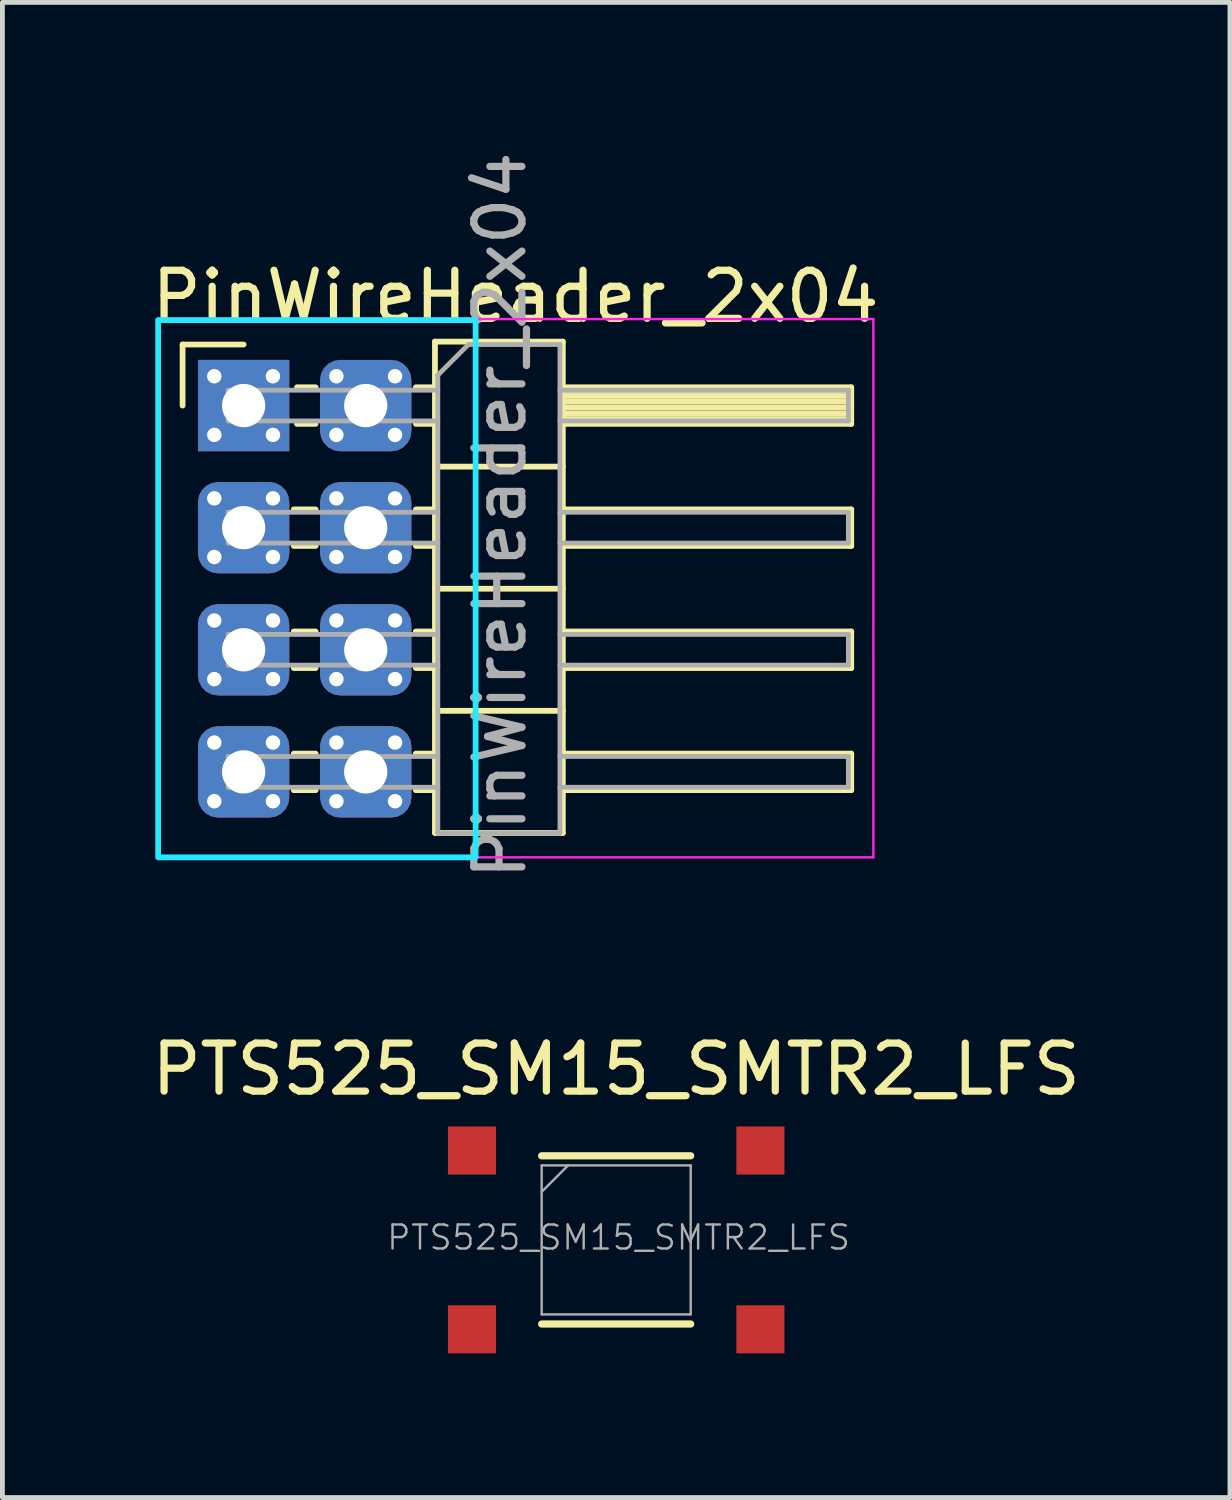
<source format=kicad_pcb>
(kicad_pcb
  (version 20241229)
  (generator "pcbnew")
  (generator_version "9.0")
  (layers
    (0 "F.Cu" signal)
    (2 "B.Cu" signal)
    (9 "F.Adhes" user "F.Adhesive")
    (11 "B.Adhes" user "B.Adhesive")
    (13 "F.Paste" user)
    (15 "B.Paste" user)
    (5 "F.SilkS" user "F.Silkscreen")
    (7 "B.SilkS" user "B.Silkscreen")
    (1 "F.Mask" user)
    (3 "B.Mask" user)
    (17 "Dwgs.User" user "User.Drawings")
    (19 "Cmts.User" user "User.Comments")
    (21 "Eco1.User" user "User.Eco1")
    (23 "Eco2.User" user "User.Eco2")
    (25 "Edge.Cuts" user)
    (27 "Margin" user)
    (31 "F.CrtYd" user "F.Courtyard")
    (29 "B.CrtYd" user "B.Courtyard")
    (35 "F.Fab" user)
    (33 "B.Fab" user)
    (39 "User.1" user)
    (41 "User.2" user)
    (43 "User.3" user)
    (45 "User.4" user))
  (footprint "PinWireHeader_2x04"
    (layer "F.Cu")
    (at 2.018 5.387)
    (property "Reference" "PinWireHeader_2x04" (at 5.655 -2.27 180) (layer "F.SilkS") (effects (font (size 1 1) (thickness 0.15))))
    (attr through_hole)
    (fp_circle (center 0 0) (end 0.457 0) (stroke (width 0.15) (type solid)) (fill yes) (layer "F.Mask"))
    (fp_circle (center 0 2.54) (end 0.457 2.54) (stroke (width 0.15) (type solid)) (fill yes) (layer "F.Mask"))
    (fp_circle (center 0 5.08) (end 0.457 5.08) (stroke (width 0.15) (type solid)) (fill yes) (layer "F.Mask"))
    (fp_circle (center 0 7.62) (end 0.457 7.62) (stroke (width 0.15) (type solid)) (fill yes) (layer "F.Mask"))
    (fp_circle (center 2.54 0) (end 2.997 0) (stroke (width 0.15) (type solid)) (fill yes) (layer "F.Mask"))
    (fp_circle (center 2.54 2.54) (end 2.997 2.54) (stroke (width 0.15) (type solid)) (fill yes) (layer "F.Mask"))
    (fp_circle (center 2.54 5.08) (end 2.997 5.08) (stroke (width 0.15) (type solid)) (fill yes) (layer "F.Mask"))
    (fp_circle (center 2.54 7.62) (end 2.997 7.62) (stroke (width 0.15) (type solid)) (fill yes) (layer "F.Mask"))
    (fp_line (start -1.27 -1.27) (end 0 -1.27) (stroke (width 0.12) (type solid)) (layer "F.SilkS"))
    (fp_line (start -1.27 0) (end -1.27 -1.27) (stroke (width 0.12) (type solid)) (layer "F.SilkS"))
    (fp_line (start 1.043 2.16) (end 1.497 2.16) (stroke (width 0.12) (type solid)) (layer "F.SilkS"))
    (fp_line (start 1.043 2.92) (end 1.497 2.92) (stroke (width 0.12) (type solid)) (layer "F.SilkS"))
    (fp_line (start 1.043 4.7) (end 1.497 4.7) (stroke (width 0.12) (type solid)) (layer "F.SilkS"))
    (fp_line (start 1.043 5.46) (end 1.497 5.46) (stroke (width 0.12) (type solid)) (layer "F.SilkS"))
    (fp_line (start 1.043 7.24) (end 1.497 7.24) (stroke (width 0.12) (type solid)) (layer "F.SilkS"))
    (fp_line (start 1.043 8) (end 1.497 8) (stroke (width 0.12) (type solid)) (layer "F.SilkS"))
    (fp_line (start 1.11 -0.38) (end 1.497 -0.38) (stroke (width 0.12) (type solid)) (layer "F.SilkS"))
    (fp_line (start 1.11 0.38) (end 1.497 0.38) (stroke (width 0.12) (type solid)) (layer "F.SilkS"))
    (fp_line (start 3.583 -0.38) (end 3.98 -0.38) (stroke (width 0.12) (type solid)) (layer "F.SilkS"))
    (fp_line (start 3.583 0.38) (end 3.98 0.38) (stroke (width 0.12) (type solid)) (layer "F.SilkS"))
    (fp_line (start 3.583 2.16) (end 3.98 2.16) (stroke (width 0.12) (type solid)) (layer "F.SilkS"))
    (fp_line (start 3.583 2.92) (end 3.98 2.92) (stroke (width 0.12) (type solid)) (layer "F.SilkS"))
    (fp_line (start 3.583 4.7) (end 3.98 4.7) (stroke (width 0.12) (type solid)) (layer "F.SilkS"))
    (fp_line (start 3.583 5.46) (end 3.98 5.46) (stroke (width 0.12) (type solid)) (layer "F.SilkS"))
    (fp_line (start 3.583 7.24) (end 3.98 7.24) (stroke (width 0.12) (type solid)) (layer "F.SilkS"))
    (fp_line (start 3.583 8) (end 3.98 8) (stroke (width 0.12) (type solid)) (layer "F.SilkS"))
    (fp_line (start 3.98 -1.33) (end 3.98 8.89) (stroke (width 0.12) (type solid)) (layer "F.SilkS"))
    (fp_line (start 3.98 1.27) (end 6.64 1.27) (stroke (width 0.12) (type solid)) (layer "F.SilkS"))
    (fp_line (start 3.98 3.81) (end 6.64 3.81) (stroke (width 0.12) (type solid)) (layer "F.SilkS"))
    (fp_line (start 3.98 6.35) (end 6.64 6.35) (stroke (width 0.12) (type solid)) (layer "F.SilkS"))
    (fp_line (start 3.98 8.89) (end 6.64 8.89) (stroke (width 0.12) (type solid)) (layer "F.SilkS"))
    (fp_line (start 6.64 -1.33) (end 3.98 -1.33) (stroke (width 0.12) (type solid)) (layer "F.SilkS"))
    (fp_line (start 6.64 -0.38) (end 12.64 -0.38) (stroke (width 0.12) (type solid)) (layer "F.SilkS"))
    (fp_line (start 6.64 -0.32) (end 12.64 -0.32) (stroke (width 0.12) (type solid)) (layer "F.SilkS"))
    (fp_line (start 6.64 -0.2) (end 12.64 -0.2) (stroke (width 0.12) (type solid)) (layer "F.SilkS"))
    (fp_line (start 6.64 -0.08) (end 12.64 -0.08) (stroke (width 0.12) (type solid)) (layer "F.SilkS"))
    (fp_line (start 6.64 0.04) (end 12.64 0.04) (stroke (width 0.12) (type solid)) (layer "F.SilkS"))
    (fp_line (start 6.64 0.16) (end 12.64 0.16) (stroke (width 0.12) (type solid)) (layer "F.SilkS"))
    (fp_line (start 6.64 0.28) (end 12.64 0.28) (stroke (width 0.12) (type solid)) (layer "F.SilkS"))
    (fp_line (start 6.64 2.16) (end 12.64 2.16) (stroke (width 0.12) (type solid)) (layer "F.SilkS"))
    (fp_line (start 6.64 4.7) (end 12.64 4.7) (stroke (width 0.12) (type solid)) (layer "F.SilkS"))
    (fp_line (start 6.64 7.24) (end 12.64 7.24) (stroke (width 0.12) (type solid)) (layer "F.SilkS"))
    (fp_line (start 6.64 8.89) (end 6.64 -1.33) (stroke (width 0.12) (type solid)) (layer "F.SilkS"))
    (fp_line (start 12.64 -0.38) (end 12.64 0.38) (stroke (width 0.12) (type solid)) (layer "F.SilkS"))
    (fp_line (start 12.64 0.38) (end 6.64 0.38) (stroke (width 0.12) (type solid)) (layer "F.SilkS"))
    (fp_line (start 12.64 2.16) (end 12.64 2.92) (stroke (width 0.12) (type solid)) (layer "F.SilkS"))
    (fp_line (start 12.64 2.92) (end 6.64 2.92) (stroke (width 0.12) (type solid)) (layer "F.SilkS"))
    (fp_line (start 12.64 4.7) (end 12.64 5.46) (stroke (width 0.12) (type solid)) (layer "F.SilkS"))
    (fp_line (start 12.64 5.46) (end 6.64 5.46) (stroke (width 0.12) (type solid)) (layer "F.SilkS"))
    (fp_line (start 12.64 7.24) (end 12.64 8) (stroke (width 0.12) (type solid)) (layer "F.SilkS"))
    (fp_line (start 12.64 8) (end 6.64 8) (stroke (width 0.12) (type solid)) (layer "F.SilkS"))
    (fp_rect (start -1.778 -1.778) (end 4.826 9.398) (stroke (width 0.12) (type solid)) (fill no) (layer "B.CrtYd"))
    (fp_line (start -1.8 -1.8) (end -1.8 9.398) (stroke (width 0.05) (type solid)) (layer "F.CrtYd"))
    (fp_line (start -1.8 9.398) (end 13.1 9.398) (stroke (width 0.05) (type solid)) (layer "F.CrtYd"))
    (fp_line (start 13.1 -1.8) (end -1.8 -1.8) (stroke (width 0.05) (type solid)) (layer "F.CrtYd"))
    (fp_line (start 13.1 9.398) (end 13.1 -1.8) (stroke (width 0.05) (type solid)) (layer "F.CrtYd"))
    (fp_line (start -0.32 -0.32) (end -0.32 0.32) (stroke (width 0.1) (type solid)) (layer "F.Fab"))
    (fp_line (start -0.32 -0.32) (end 4.04 -0.32) (stroke (width 0.1) (type solid)) (layer "F.Fab"))
    (fp_line (start -0.32 0.32) (end 4.04 0.32) (stroke (width 0.1) (type solid)) (layer "F.Fab"))
    (fp_line (start -0.32 2.22) (end -0.32 2.86) (stroke (width 0.1) (type solid)) (layer "F.Fab"))
    (fp_line (start -0.32 2.22) (end 4.04 2.22) (stroke (width 0.1) (type solid)) (layer "F.Fab"))
    (fp_line (start -0.32 2.86) (end 4.04 2.86) (stroke (width 0.1) (type solid)) (layer "F.Fab"))
    (fp_line (start -0.32 4.76) (end -0.32 5.4) (stroke (width 0.1) (type solid)) (layer "F.Fab"))
    (fp_line (start -0.32 4.76) (end 4.04 4.76) (stroke (width 0.1) (type solid)) (layer "F.Fab"))
    (fp_line (start -0.32 5.4) (end 4.04 5.4) (stroke (width 0.1) (type solid)) (layer "F.Fab"))
    (fp_line (start -0.32 7.3) (end -0.32 7.94) (stroke (width 0.1) (type solid)) (layer "F.Fab"))
    (fp_line (start -0.32 7.3) (end 4.04 7.3) (stroke (width 0.1) (type solid)) (layer "F.Fab"))
    (fp_line (start -0.32 7.94) (end 4.04 7.94) (stroke (width 0.1) (type solid)) (layer "F.Fab"))
    (fp_line (start 4.04 -0.635) (end 4.675 -1.27) (stroke (width 0.1) (type solid)) (layer "F.Fab"))
    (fp_line (start 4.04 8.89) (end 4.04 -0.635) (stroke (width 0.1) (type solid)) (layer "F.Fab"))
    (fp_line (start 4.675 -1.27) (end 6.58 -1.27) (stroke (width 0.1) (type solid)) (layer "F.Fab"))
    (fp_line (start 6.58 -1.27) (end 6.58 8.89) (stroke (width 0.1) (type solid)) (layer "F.Fab"))
    (fp_line (start 6.58 -0.32) (end 12.58 -0.32) (stroke (width 0.1) (type solid)) (layer "F.Fab"))
    (fp_line (start 6.58 0.32) (end 12.58 0.32) (stroke (width 0.1) (type solid)) (layer "F.Fab"))
    (fp_line (start 6.58 2.22) (end 12.58 2.22) (stroke (width 0.1) (type solid)) (layer "F.Fab"))
    (fp_line (start 6.58 2.86) (end 12.58 2.86) (stroke (width 0.1) (type solid)) (layer "F.Fab"))
    (fp_line (start 6.58 4.76) (end 12.58 4.76) (stroke (width 0.1) (type solid)) (layer "F.Fab"))
    (fp_line (start 6.58 5.4) (end 12.58 5.4) (stroke (width 0.1) (type solid)) (layer "F.Fab"))
    (fp_line (start 6.58 7.3) (end 12.58 7.3) (stroke (width 0.1) (type solid)) (layer "F.Fab"))
    (fp_line (start 6.58 7.94) (end 12.58 7.94) (stroke (width 0.1) (type solid)) (layer "F.Fab"))
    (fp_line (start 6.58 8.89) (end 4.04 8.89) (stroke (width 0.1) (type solid)) (layer "F.Fab"))
    (fp_line (start 12.58 -0.32) (end 12.58 0.32) (stroke (width 0.1) (type solid)) (layer "F.Fab"))
    (fp_line (start 12.58 2.22) (end 12.58 2.86) (stroke (width 0.1) (type solid)) (layer "F.Fab"))
    (fp_line (start 12.58 4.76) (end 12.58 5.4) (stroke (width 0.1) (type solid)) (layer "F.Fab"))
    (fp_line (start 12.58 7.3) (end 12.58 7.94) (stroke (width 0.1) (type solid)) (layer "F.Fab"))
    (fp_text user "${REFERENCE}" (at 5.334 2.286 270) (layer "F.Fab") (effects (font (size 1 1) (thickness 0.15))))
    (pad "1" thru_hole circle (at -0.61 -0.61) (size 0.35 0.35) (drill 0.3) (layers "*.Cu" "*.Mask"))
    (pad "1" thru_hole circle (at -0.61 0.61) (size 0.35 0.35) (drill 0.3) (layers "*.Cu" "*.Mask"))
    (pad "1" thru_hole rect (at 0 0) (size 1.9 1.9) (drill 0.9) (layers "*.Cu" "B.Mask"))
    (pad "1" thru_hole circle (at 0.61 -0.61) (size 0.35 0.35) (drill 0.3) (layers "*.Cu" "*.Mask"))
    (pad "1" thru_hole circle (at 0.61 0.61) (size 0.35 0.35) (drill 0.3) (layers "*.Cu" "*.Mask"))
    (pad "2" thru_hole circle (at 1.93 -0.61) (size 0.35 0.35) (drill 0.3) (layers "*.Cu" "*.Mask"))
    (pad "2" thru_hole circle (at 1.93 0.61) (size 0.35 0.35) (drill 0.3) (layers "*.Cu" "*.Mask"))
    (pad "2" thru_hole roundrect (at 2.54 0) (size 1.9 1.9) (drill 0.9) (layers "*.Cu" "B.Mask") (roundrect_rratio 0.22))
    (pad "2" thru_hole circle (at 3.15 -0.61) (size 0.35 0.35) (drill 0.3) (layers "*.Cu" "*.Mask"))
    (pad "2" thru_hole circle (at 3.15 0.61) (size 0.35 0.35) (drill 0.3) (layers "*.Cu" "*.Mask"))
    (pad "3" thru_hole circle (at -0.61 1.93) (size 0.35 0.35) (drill 0.3) (layers "*.Cu" "*.Mask"))
    (pad "3" thru_hole circle (at -0.61 3.15) (size 0.35 0.35) (drill 0.3) (layers "*.Cu" "*.Mask"))
    (pad "3" thru_hole roundrect (at 0 2.54) (size 1.9 1.9) (drill 0.9) (layers "*.Cu" "B.Mask") (roundrect_rratio 0.22))
    (pad "3" thru_hole circle (at 0.61 1.93) (size 0.35 0.35) (drill 0.3) (layers "*.Cu" "*.Mask"))
    (pad "3" thru_hole circle (at 0.61 3.15) (size 0.35 0.35) (drill 0.3) (layers "*.Cu" "*.Mask"))
    (pad "4" thru_hole circle (at 1.93 1.93) (size 0.35 0.35) (drill 0.3) (layers "*.Cu" "*.Mask"))
    (pad "4" thru_hole circle (at 1.93 3.15) (size 0.35 0.35) (drill 0.3) (layers "*.Cu" "*.Mask"))
    (pad "4" thru_hole roundrect (at 2.54 2.54) (size 1.9 1.9) (drill 0.9) (layers "*.Cu" "B.Mask") (roundrect_rratio 0.22))
    (pad "4" thru_hole circle (at 3.15 1.93) (size 0.35 0.35) (drill 0.3) (layers "*.Cu" "*.Mask"))
    (pad "4" thru_hole circle (at 3.15 3.15) (size 0.35 0.35) (drill 0.3) (layers "*.Cu" "*.Mask"))
    (pad "5" thru_hole circle (at -0.61 4.47) (size 0.35 0.35) (drill 0.3) (layers "*.Cu" "*.Mask"))
    (pad "5" thru_hole circle (at -0.61 5.69) (size 0.35 0.35) (drill 0.3) (layers "*.Cu" "*.Mask"))
    (pad "5" thru_hole roundrect (at 0 5.08) (size 1.9 1.9) (drill 0.9) (layers "*.Cu" "B.Mask") (roundrect_rratio 0.22))
    (pad "5" thru_hole circle (at 0.61 4.47) (size 0.35 0.35) (drill 0.3) (layers "*.Cu" "*.Mask"))
    (pad "5" thru_hole circle (at 0.61 5.69) (size 0.35 0.35) (drill 0.3) (layers "*.Cu" "*.Mask"))
    (pad "6" thru_hole circle (at 1.93 4.47) (size 0.35 0.35) (drill 0.3) (layers "*.Cu" "*.Mask"))
    (pad "6" thru_hole circle (at 1.93 5.69) (size 0.35 0.35) (drill 0.3) (layers "*.Cu" "*.Mask"))
    (pad "6" thru_hole roundrect (at 2.54 5.08) (size 1.9 1.9) (drill 0.9) (layers "*.Cu" "B.Mask") (roundrect_rratio 0.22))
    (pad "6" thru_hole circle (at 3.15 4.47) (size 0.35 0.35) (drill 0.3) (layers "*.Cu" "*.Mask"))
    (pad "6" thru_hole circle (at 3.15 5.69) (size 0.35 0.35) (drill 0.3) (layers "*.Cu" "*.Mask"))
    (pad "7" thru_hole circle (at -0.61 7.01) (size 0.35 0.35) (drill 0.3) (layers "*.Cu" "*.Mask"))
    (pad "7" thru_hole circle (at -0.61 8.23) (size 0.35 0.35) (drill 0.3) (layers "*.Cu" "*.Mask"))
    (pad "7" thru_hole roundrect (at 0 7.62) (size 1.9 1.9) (drill 0.9) (layers "*.Cu" "B.Mask") (roundrect_rratio 0.22))
    (pad "7" thru_hole circle (at 0.61 7.01) (size 0.35 0.35) (drill 0.3) (layers "*.Cu" "*.Mask"))
    (pad "7" thru_hole circle (at 0.61 8.23) (size 0.35 0.35) (drill 0.3) (layers "*.Cu" "*.Mask"))
    (pad "8" thru_hole circle (at 1.93 7.01) (size 0.35 0.35) (drill 0.3) (layers "*.Cu" "*.Mask"))
    (pad "8" thru_hole circle (at 1.93 8.23) (size 0.35 0.35) (drill 0.3) (layers "*.Cu" "*.Mask"))
    (pad "8" thru_hole roundrect (at 2.54 7.62) (size 1.9 1.9) (drill 0.9) (layers "*.Cu" "B.Mask") (roundrect_rratio 0.22))
    (pad "8" thru_hole circle (at 3.15 7.01) (size 0.35 0.35) (drill 0.3) (layers "*.Cu" "*.Mask"))
    (pad "8" thru_hole circle (at 3.15 8.23) (size 0.35 0.35) (drill 0.3) (layers "*.Cu" "*.Mask")))
  (footprint "PTS525_SM15_SMTR2_LFS"
    (layer "F.Cu")
    (at 9.768 22.743)
    (property "Reference" "PTS525_SM15_SMTR2_LFS" (at 0 -3.55 0) (layer "F.SilkS") (effects (font (size 1 1) (thickness 0.15))))
    (attr smd)
    (fp_line (start -1.55 -1.75) (end 1.55 -1.75) (stroke (width 0.15) (type solid)) (layer "F.SilkS"))
    (fp_line (start -1.55 1.75) (end 1.55 1.75) (stroke (width 0.15) (type solid)) (layer "F.SilkS"))
    (fp_line (start -1.55 -1.55) (end 1.55 -1.55) (stroke (width 0.05) (type solid)) (layer "F.Fab"))
    (fp_line (start -1.55 -1) (end -1 -1.55) (stroke (width 0.05) (type solid)) (layer "F.Fab"))
    (fp_line (start -1.55 1.55) (end -1.55 -1.55) (stroke (width 0.05) (type solid)) (layer "F.Fab"))
    (fp_line (start 1.55 -1.55) (end 1.55 1.55) (stroke (width 0.05) (type solid)) (layer "F.Fab"))
    (fp_line (start 1.55 1.55) (end -1.55 1.55) (stroke (width 0.05) (type solid)) (layer "F.Fab"))
    (fp_text user "${REFERENCE}" (at 0.05 -0.05 0) (layer "F.Fab") (effects (font (size 0.5 0.5) (thickness 0.05))))
    (pad "1" smd rect (at -3 -1.86) (size 1 1) (layers "F.Cu" "F.Mask" "F.Paste"))
    (pad "2" smd rect (at 3 -1.86) (size 1 1) (layers "F.Cu" "F.Mask" "F.Paste"))
    (pad "3" smd rect (at -3 1.86) (size 1 1) (layers "F.Cu" "F.Mask" "F.Paste"))
    (pad "4" smd rect (at 3 1.86) (size 1 1) (layers "F.Cu" "F.Mask" "F.Paste")))
  (gr_rect
    (start -3 -3)
    (end 22.536 28.103)
    (stroke (width 0.1) (type default))
    (fill no)
    (layer "Edge.Cuts")))
</source>
